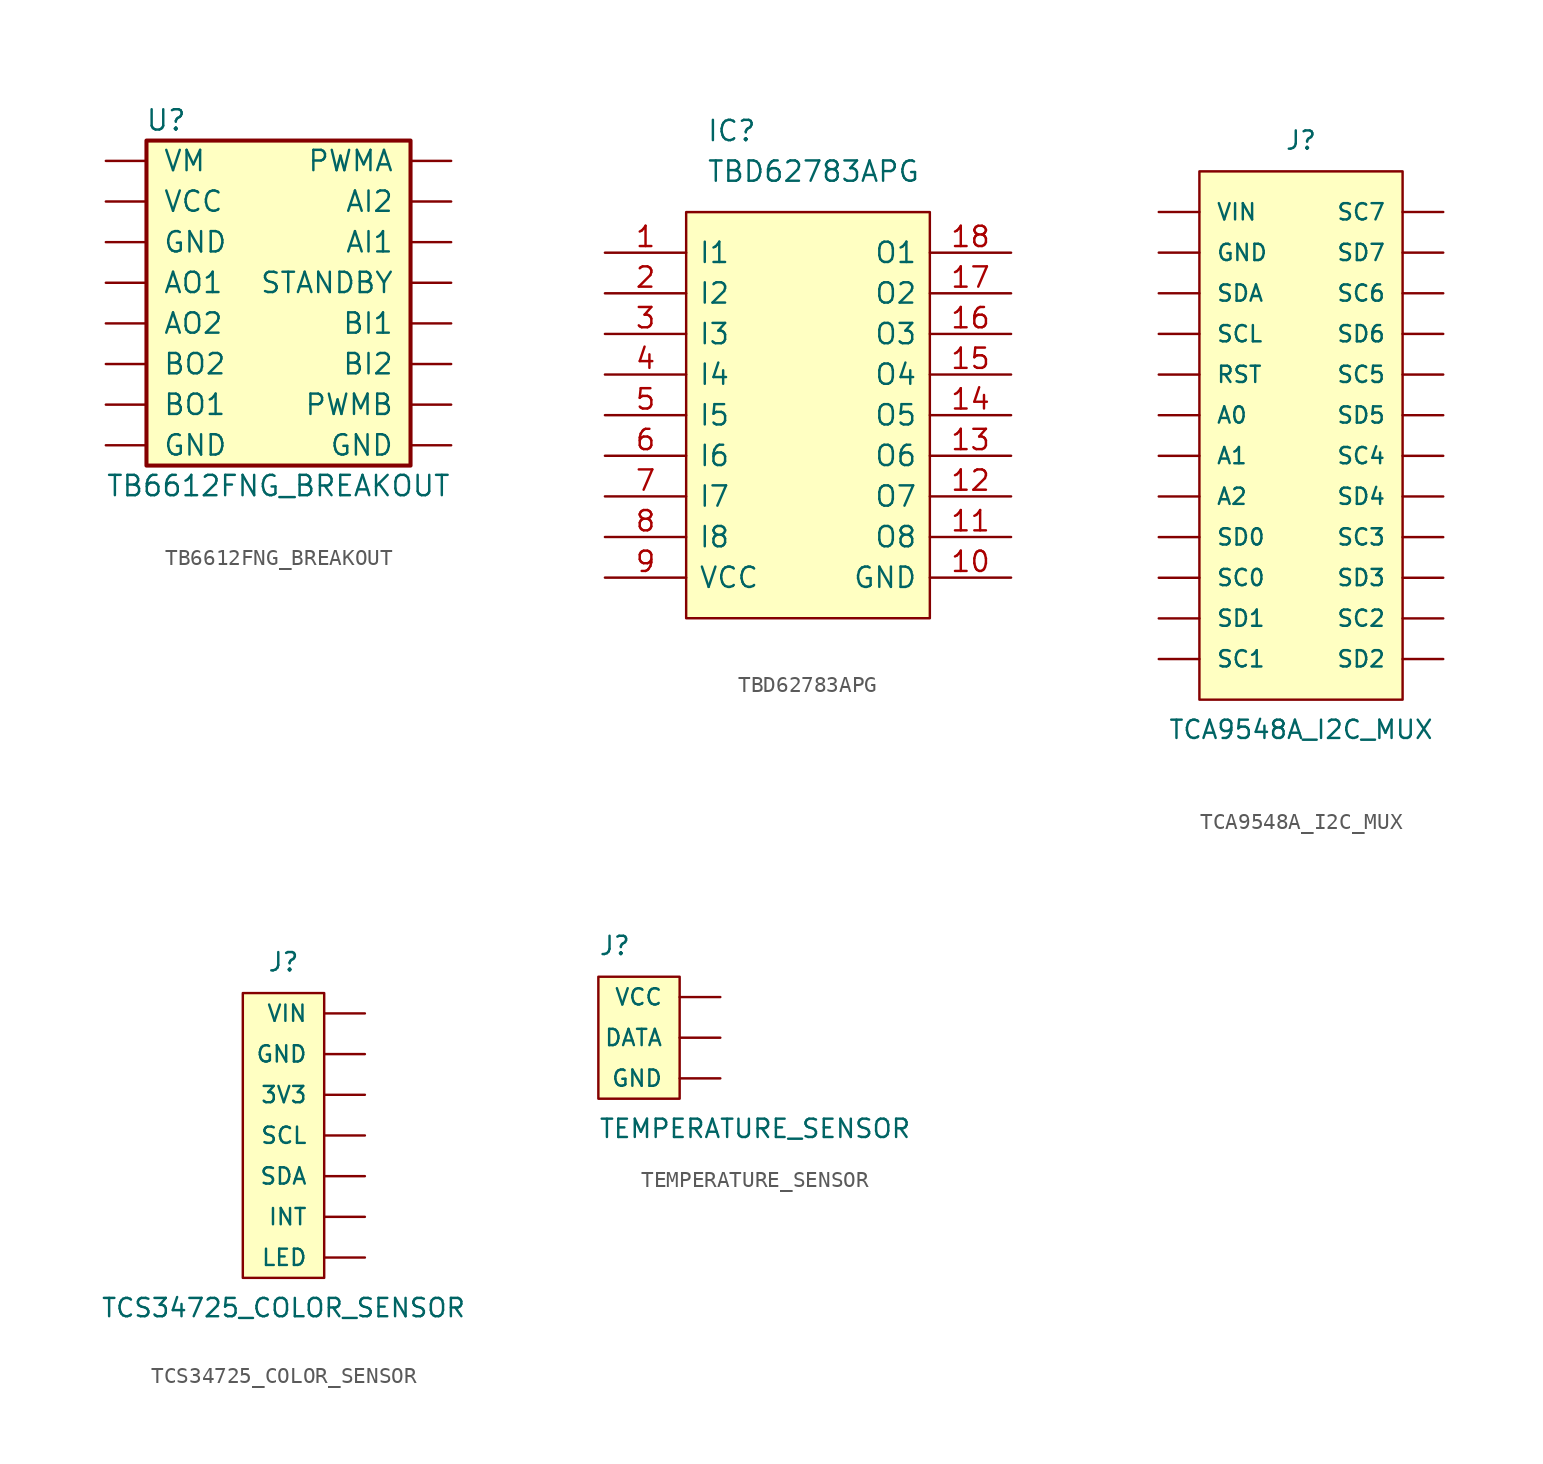
<source format=kicad_sym>
(kicad_symbol_lib
  (version 20211014)
  (generator kicad_symbol_editor)
  (symbol "TB6612FNG_BREAKOUT"
    (pin_numbers hide)
    (pin_names
      (offset 1.016))
    (property "Reference" "U"
      (at -6.35 12.7 0)
      (effects (font (size 1.27 1.27)) (justify right)))
    (property "Value" "TB6612FNG_BREAKOUT"
      (at 10.16 -10.16 0)
      (effects (font (size 1.27 1.27)) (justify right)))
    (symbol "TB6612FNG_BREAKOUT_0_1"
      (rectangle (start -8.89 11.43) (end 7.62 -8.89) (stroke (width 0.254) (type default) (color 0 0 0 0)) (fill (type background))))
    (symbol "TB6612FNG_BREAKOUT_1_1"
      (pin power_in line (at -11.43 10.16 0) (length 2.54) (name "VM" (effects (font (size 1.27 1.27)))) (number "1" (effects (font (size 1.27 1.27)))))
      (pin input line (at 10.16 7.62 180) (length 2.54) (name "AI2" (effects (font (size 1.27 1.27)))) (number "10" (effects (font (size 1.27 1.27)))))
      (pin input line (at 10.16 5.08 180) (length 2.54) (name "AI1" (effects (font (size 1.27 1.27)))) (number "11" (effects (font (size 1.27 1.27)))))
      (pin input line (at 10.16 2.54 180) (length 2.54) (name "STANDBY" (effects (font (size 1.27 1.27)))) (number "12" (effects (font (size 1.27 1.27)))))
      (pin input line (at 10.16 0 180) (length 2.54) (name "BI1" (effects (font (size 1.27 1.27)))) (number "13" (effects (font (size 1.27 1.27)))))
      (pin input line (at 10.16 -2.54 180) (length 2.54) (name "BI2" (effects (font (size 1.27 1.27)))) (number "14" (effects (font (size 1.27 1.27)))))
      (pin input line (at 10.16 -5.08 180) (length 2.54) (name "PWMB" (effects (font (size 1.27 1.27)))) (number "15" (effects (font (size 1.27 1.27)))))
      (pin power_in line (at 10.16 -7.62 180) (length 2.54) (name "GND" (effects (font (size 1.27 1.27)))) (number "16" (effects (font (size 1.27 1.27)))))
      (pin power_in line (at -11.43 7.62 0) (length 2.54) (name "VCC" (effects (font (size 1.27 1.27)))) (number "2" (effects (font (size 1.27 1.27)))))
      (pin power_in line (at -11.43 5.08 0) (length 2.54) (name "GND" (effects (font (size 1.27 1.27)))) (number "3" (effects (font (size 1.27 1.27)))))
      (pin power_out line (at -11.43 2.54 0) (length 2.54) (name "AO1" (effects (font (size 1.27 1.27)))) (number "4" (effects (font (size 1.27 1.27)))))
      (pin power_out line (at -11.43 0 0) (length 2.54) (name "AO2" (effects (font (size 1.27 1.27)))) (number "5" (effects (font (size 1.27 1.27)))))
      (pin power_out line (at -11.43 -2.54 0) (length 2.54) (name "BO2" (effects (font (size 1.27 1.27)))) (number "6" (effects (font (size 1.27 1.27)))))
      (pin power_out line (at -11.43 -5.08 0) (length 2.54) (name "BO1" (effects (font (size 1.27 1.27)))) (number "7" (effects (font (size 1.27 1.27)))))
      (pin power_in line (at -11.43 -7.62 0) (length 2.54) (name "GND" (effects (font (size 1.27 1.27)))) (number "8" (effects (font (size 1.27 1.27)))))
      (pin input line (at 10.16 10.16 180) (length 2.54) (name "PWMA" (effects (font (size 1.27 1.27)))) (number "9" (effects (font (size 1.27 1.27)))))))
  (symbol "TBD62783APG"
    (pin_names
      (offset 0.762))
    (property "Reference" "IC"
      (at -7.62 16.51 0)
      (effects (font (size 1.27 1.27)) (justify left)))
    (property "Value" "TBD62783APG"
      (at -7.62 13.97 0)
      (effects (font (size 1.27 1.27)) (justify left)))
    (symbol "TBD62783APG_0_0"
      (pin input line (at -13.97 8.89 0) (length 5.08) (name "I1" (effects (font (size 1.27 1.27)))) (number "1" (effects (font (size 1.27 1.27)))))
      (pin power_in line (at 11.43 -11.43 180) (length 5.08) (name "GND" (effects (font (size 1.27 1.27)))) (number "10" (effects (font (size 1.27 1.27)))))
      (pin output line (at 11.43 -8.89 180) (length 5.08) (name "O8" (effects (font (size 1.27 1.27)))) (number "11" (effects (font (size 1.27 1.27)))))
      (pin output line (at 11.43 -6.35 180) (length 5.08) (name "O7" (effects (font (size 1.27 1.27)))) (number "12" (effects (font (size 1.27 1.27)))))
      (pin output line (at 11.43 -3.81 180) (length 5.08) (name "O6" (effects (font (size 1.27 1.27)))) (number "13" (effects (font (size 1.27 1.27)))))
      (pin output line (at 11.43 -1.27 180) (length 5.08) (name "O5" (effects (font (size 1.27 1.27)))) (number "14" (effects (font (size 1.27 1.27)))))
      (pin output line (at 11.43 1.27 180) (length 5.08) (name "O4" (effects (font (size 1.27 1.27)))) (number "15" (effects (font (size 1.27 1.27)))))
      (pin output line (at 11.43 3.81 180) (length 5.08) (name "O3" (effects (font (size 1.27 1.27)))) (number "16" (effects (font (size 1.27 1.27)))))
      (pin output line (at 11.43 6.35 180) (length 5.08) (name "O2" (effects (font (size 1.27 1.27)))) (number "17" (effects (font (size 1.27 1.27)))))
      (pin output line (at 11.43 8.89 180) (length 5.08) (name "O1" (effects (font (size 1.27 1.27)))) (number "18" (effects (font (size 1.27 1.27)))))
      (pin input line (at -13.97 6.35 0) (length 5.08) (name "I2" (effects (font (size 1.27 1.27)))) (number "2" (effects (font (size 1.27 1.27)))))
      (pin input line (at -13.97 3.81 0) (length 5.08) (name "I3" (effects (font (size 1.27 1.27)))) (number "3" (effects (font (size 1.27 1.27)))))
      (pin input line (at -13.97 1.27 0) (length 5.08) (name "I4" (effects (font (size 1.27 1.27)))) (number "4" (effects (font (size 1.27 1.27)))))
      (pin input line (at -13.97 -1.27 0) (length 5.08) (name "I5" (effects (font (size 1.27 1.27)))) (number "5" (effects (font (size 1.27 1.27)))))
      (pin input line (at -13.97 -3.81 0) (length 5.08) (name "I6" (effects (font (size 1.27 1.27)))) (number "6" (effects (font (size 1.27 1.27)))))
      (pin input line (at -13.97 -6.35 0) (length 5.08) (name "I7" (effects (font (size 1.27 1.27)))) (number "7" (effects (font (size 1.27 1.27)))))
      (pin input line (at -13.97 -8.89 0) (length 5.08) (name "I8" (effects (font (size 1.27 1.27)))) (number "8" (effects (font (size 1.27 1.27)))))
      (pin power_in line (at -13.97 -11.43 0) (length 5.08) (name "VCC" (effects (font (size 1.27 1.27)))) (number "9" (effects (font (size 1.27 1.27))))))
    (symbol "TBD62783APG_0_1"
      (polyline (pts (xy -8.89 11.43) (xy 6.35 11.43) (xy 6.35 -13.97) (xy -8.89 -13.97) (xy -8.89 11.43)) (stroke (width 0.152) (type default) (color 0 0 0 0)) (fill (type background)))))
  (symbol "TCA9548A_I2C_MUX"
    (pin_numbers hide)
    (pin_names
      (offset 1.016))
    (property "Reference" "J"
      (at 0 10.16 0)
      (effects (font (size 1.143 1.143)) (justify bottom)))
    (property "Value" "TCA9548A_I2C_MUX"
      (at 0 -26.67 0)
      (effects (font (size 1.143 1.143)) (justify bottom)))
    (symbol "TCA9548A_I2C_MUX_0_1"
      (rectangle (start -6.35 8.89) (end 6.35 -24.13) (stroke (width 0) (type default) (color 0 0 0 0)) (fill (type background))))
    (symbol "TCA9548A_I2C_MUX_1_1"
      (pin power_in line (at -8.89 6.35 0) (length 2.54) (name "VIN" (effects (font (size 1.016 1.016)))) (number "1" (effects (font (size 1.016 1.016)))))
      (pin passive line (at -8.89 -16.51 0) (length 2.54) (name "SC0" (effects (font (size 1.016 1.016)))) (number "10" (effects (font (size 1.016 1.016)))))
      (pin passive line (at -8.89 -19.05 0) (length 2.54) (name "SD1" (effects (font (size 1.016 1.016)))) (number "11" (effects (font (size 1.016 1.016)))))
      (pin passive line (at -8.89 -21.59 0) (length 2.54) (name "SC1" (effects (font (size 1.016 1.016)))) (number "12" (effects (font (size 1.016 1.016)))))
      (pin passive line (at 8.89 -21.59 180) (length 2.54) (name "SD2" (effects (font (size 1.016 1.016)))) (number "13" (effects (font (size 1.016 1.016)))))
      (pin passive line (at 8.89 -19.05 180) (length 2.54) (name "SC2" (effects (font (size 1.016 1.016)))) (number "14" (effects (font (size 1.016 1.016)))))
      (pin passive line (at 8.89 -16.51 180) (length 2.54) (name "SD3" (effects (font (size 1.016 1.016)))) (number "15" (effects (font (size 1.016 1.016)))))
      (pin passive line (at 8.89 -13.97 180) (length 2.54) (name "SC3" (effects (font (size 1.016 1.016)))) (number "16" (effects (font (size 1.016 1.016)))))
      (pin passive line (at 8.89 -11.43 180) (length 2.54) (name "SD4" (effects (font (size 1.016 1.016)))) (number "17" (effects (font (size 1.016 1.016)))))
      (pin passive line (at 8.89 -8.89 180) (length 2.54) (name "SC4" (effects (font (size 1.016 1.016)))) (number "18" (effects (font (size 1.016 1.016)))))
      (pin passive line (at 8.89 -6.35 180) (length 2.54) (name "SD5" (effects (font (size 1.016 1.016)))) (number "19" (effects (font (size 1.016 1.016)))))
      (pin power_in line (at -8.89 3.81 0) (length 2.54) (name "GND" (effects (font (size 1.016 1.016)))) (number "2" (effects (font (size 1.016 1.016)))))
      (pin passive line (at 8.89 -3.81 180) (length 2.54) (name "SC5" (effects (font (size 1.016 1.016)))) (number "20" (effects (font (size 1.016 1.016)))))
      (pin passive line (at 8.89 -1.27 180) (length 2.54) (name "SD6" (effects (font (size 1.016 1.016)))) (number "21" (effects (font (size 1.016 1.016)))))
      (pin passive line (at 8.89 1.27 180) (length 2.54) (name "SC6" (effects (font (size 1.016 1.016)))) (number "22" (effects (font (size 1.016 1.016)))))
      (pin passive line (at 8.89 3.81 180) (length 2.54) (name "SD7" (effects (font (size 1.016 1.016)))) (number "23" (effects (font (size 1.016 1.016)))))
      (pin passive line (at 8.89 6.35 180) (length 2.54) (name "SC7" (effects (font (size 1.016 1.016)))) (number "24" (effects (font (size 1.016 1.016)))))
      (pin bidirectional line (at -8.89 1.27 0) (length 2.54) (name "SDA" (effects (font (size 1.016 1.016)))) (number "3" (effects (font (size 1.016 1.016)))))
      (pin bidirectional line (at -8.89 -1.27 0) (length 2.54) (name "SCL" (effects (font (size 1.016 1.016)))) (number "4" (effects (font (size 1.016 1.016)))))
      (pin input line (at -8.89 -3.81 0) (length 2.54) (name "RST" (effects (font (size 1.016 1.016)))) (number "5" (effects (font (size 1.016 1.016)))))
      (pin passive line (at -8.89 -6.35 0) (length 2.54) (name "A0" (effects (font (size 1.016 1.016)))) (number "6" (effects (font (size 1.016 1.016)))))
      (pin passive line (at -8.89 -8.89 0) (length 2.54) (name "A1" (effects (font (size 1.016 1.016)))) (number "7" (effects (font (size 1.016 1.016)))))
      (pin passive line (at -8.89 -11.43 0) (length 2.54) (name "A2" (effects (font (size 1.016 1.016)))) (number "8" (effects (font (size 1.016 1.016)))))
      (pin passive line (at -8.89 -13.97 0) (length 2.54) (name "SD0" (effects (font (size 1.016 1.016)))) (number "9" (effects (font (size 1.016 1.016)))))))
  (symbol "TCS34725_COLOR_SENSOR"
    (pin_numbers hide)
    (pin_names
      (offset 1.016))
    (property "Reference" "J"
      (at -1.27 10.16 0)
      (effects (font (size 1.143 1.143)) (justify bottom)))
    (property "Value" "TCS34725_COLOR_SENSOR"
      (at -1.27 -11.43 0)
      (effects (font (size 1.143 1.143)) (justify bottom)))
    (symbol "TCS34725_COLOR_SENSOR_0_1"
      (rectangle (start -3.81 8.89) (end 1.27 -8.89) (stroke (width 0) (type default) (color 0 0 0 0)) (fill (type background))))
    (symbol "TCS34725_COLOR_SENSOR_1_1"
      (pin input line (at 3.81 -7.62 180) (length 2.54) (name "LED" (effects (font (size 1.016 1.016)))) (number "1" (effects (font (size 1.016 1.016)))))
      (pin output line (at 3.81 -5.08 180) (length 2.54) (name "INT" (effects (font (size 1.016 1.016)))) (number "2" (effects (font (size 1.016 1.016)))))
      (pin bidirectional line (at 3.81 -2.54 180) (length 2.54) (name "SDA" (effects (font (size 1.016 1.016)))) (number "3" (effects (font (size 1.016 1.016)))))
      (pin bidirectional line (at 3.81 0 180) (length 2.54) (name "SCL" (effects (font (size 1.016 1.016)))) (number "4" (effects (font (size 1.016 1.016)))))
      (pin power_in line (at 3.81 2.54 180) (length 2.54) (name "3V3" (effects (font (size 1.016 1.016)))) (number "5" (effects (font (size 1.016 1.016)))))
      (pin power_in line (at 3.81 5.08 180) (length 2.54) (name "GND" (effects (font (size 1.016 1.016)))) (number "6" (effects (font (size 1.016 1.016)))))
      (pin power_in line (at 3.81 7.62 180) (length 2.54) (name "VIN" (effects (font (size 1.016 1.016)))) (number "7" (effects (font (size 1.016 1.016)))))))
  (symbol "TEMPERATURE_SENSOR"
    (pin_numbers hide)
    (pin_names
      (offset 1.016))
    (property "Reference" "J"
      (at -5.08 7.62 0)
      (effects (font (size 1.143 1.143)) (justify left bottom)))
    (property "Value" "TEMPERATURE_SENSOR"
      (at -5.08 -3.81 0)
      (effects (font (size 1.143 1.143)) (justify left bottom)))
    (symbol "TEMPERATURE_SENSOR_0_1"
      (rectangle (start 0 -1.27) (end -5.08 6.35) (stroke (width 0) (type default) (color 0 0 0 0)) (fill (type background))))
    (symbol "TEMPERATURE_SENSOR_1_1"
      (pin power_in line (at 2.54 5.08 180) (length 2.54) (name "VCC" (effects (font (size 1.016 1.016)))) (number "1" (effects (font (size 1.016 1.016)))))
      (pin output line (at 2.54 2.54 180) (length 2.54) (name "DATA" (effects (font (size 1.016 1.016)))) (number "2" (effects (font (size 1.016 1.016)))))
      (pin power_in line (at 2.54 0 180) (length 2.54) (name "GND" (effects (font (size 1.016 1.016)))) (number "3" (effects (font (size 1.016 1.016))))))))
</source>
